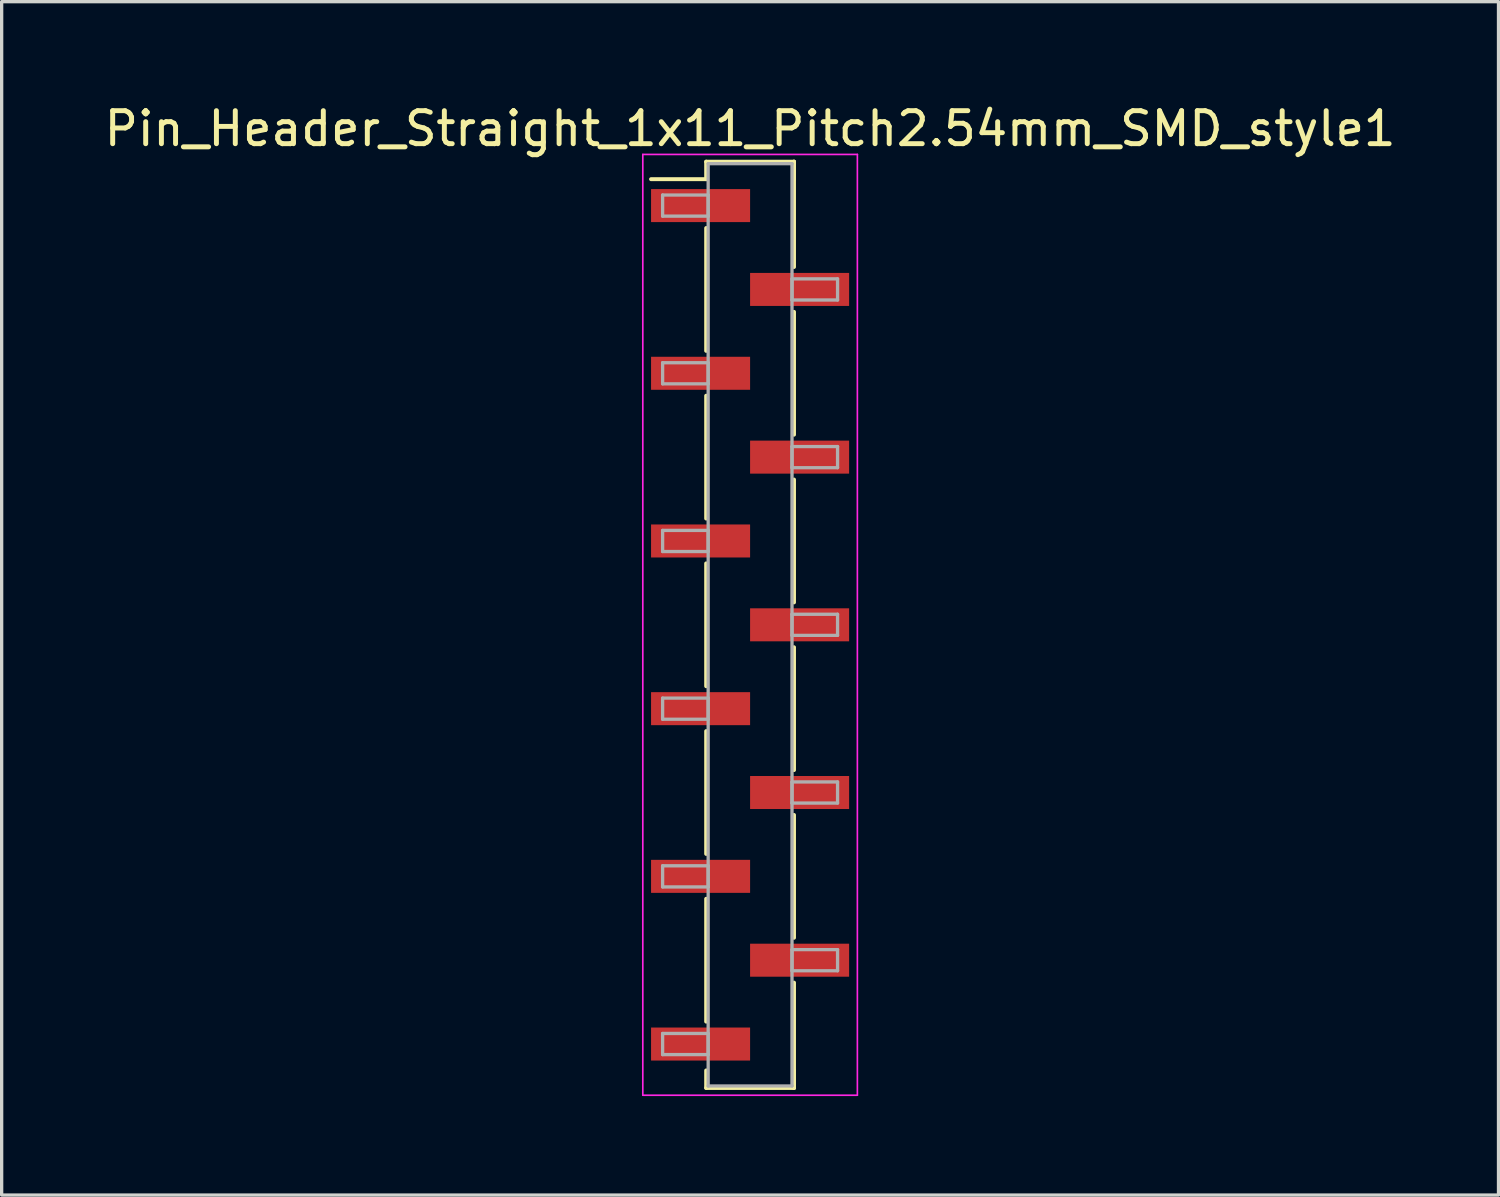
<source format=kicad_pcb>
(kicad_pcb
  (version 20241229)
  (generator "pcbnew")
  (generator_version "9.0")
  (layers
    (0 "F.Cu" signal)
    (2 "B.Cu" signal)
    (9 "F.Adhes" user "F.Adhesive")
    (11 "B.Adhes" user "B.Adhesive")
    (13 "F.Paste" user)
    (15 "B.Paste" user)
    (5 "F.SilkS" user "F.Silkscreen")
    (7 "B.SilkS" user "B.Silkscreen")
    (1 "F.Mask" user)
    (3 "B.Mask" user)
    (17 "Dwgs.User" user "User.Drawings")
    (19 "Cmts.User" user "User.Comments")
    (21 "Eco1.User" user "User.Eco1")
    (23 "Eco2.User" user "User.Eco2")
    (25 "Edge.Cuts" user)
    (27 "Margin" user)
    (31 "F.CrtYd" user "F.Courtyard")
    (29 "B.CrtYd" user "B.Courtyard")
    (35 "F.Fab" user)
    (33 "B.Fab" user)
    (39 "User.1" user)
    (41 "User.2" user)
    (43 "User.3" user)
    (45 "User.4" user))
  (footprint "Pin_Header_Straight_1x11_Pitch2.54mm_SMD_style1"
    (layer "F.Cu")
    (at 19.673 15.878)
    (property "Reference" "Pin_Header_Straight_1x11_Pitch2.54mm_SMD_style1" (at 0 -15.03 0) (layer "F.SilkS") (effects (font (size 1 1) (thickness 0.15))))
    (attr smd)
    (fp_line (start -1.33 -14.03) (end 1.33 -14.03) (stroke (width 0.12) (type solid)) (layer "F.SilkS"))
    (fp_line (start -1.33 -13.5) (end -3 -13.5) (stroke (width 0.12) (type solid)) (layer "F.SilkS"))
    (fp_line (start -1.33 -13.5) (end -1.33 -14.03) (stroke (width 0.12) (type solid)) (layer "F.SilkS"))
    (fp_line (start -1.33 -12.02) (end -1.33 -8.3) (stroke (width 0.12) (type solid)) (layer "F.SilkS"))
    (fp_line (start -1.33 -6.94) (end -1.33 -3.22) (stroke (width 0.12) (type solid)) (layer "F.SilkS"))
    (fp_line (start -1.33 -1.86) (end -1.33 1.86) (stroke (width 0.12) (type solid)) (layer "F.SilkS"))
    (fp_line (start -1.33 3.22) (end -1.33 6.94) (stroke (width 0.12) (type solid)) (layer "F.SilkS"))
    (fp_line (start -1.33 8.3) (end -1.33 12.02) (stroke (width 0.12) (type solid)) (layer "F.SilkS"))
    (fp_line (start -1.33 13.5) (end -1.33 14.03) (stroke (width 0.12) (type solid)) (layer "F.SilkS"))
    (fp_line (start -1.33 14.03) (end 1.33 14.03) (stroke (width 0.12) (type solid)) (layer "F.SilkS"))
    (fp_line (start 1.33 -14.03) (end 1.33 -13.5) (stroke (width 0.12) (type solid)) (layer "F.SilkS"))
    (fp_line (start 1.33 -14.03) (end 1.33 -10.84) (stroke (width 0.12) (type solid)) (layer "F.SilkS"))
    (fp_line (start 1.33 -9.48) (end 1.33 -5.76) (stroke (width 0.12) (type solid)) (layer "F.SilkS"))
    (fp_line (start 1.33 -4.4) (end 1.33 -0.68) (stroke (width 0.12) (type solid)) (layer "F.SilkS"))
    (fp_line (start 1.33 0.68) (end 1.33 4.4) (stroke (width 0.12) (type solid)) (layer "F.SilkS"))
    (fp_line (start 1.33 5.76) (end 1.33 9.48) (stroke (width 0.12) (type solid)) (layer "F.SilkS"))
    (fp_line (start 1.33 10.84) (end 1.33 14.03) (stroke (width 0.12) (type solid)) (layer "F.SilkS"))
    (fp_line (start 1.33 14.03) (end 1.33 13.5) (stroke (width 0.12) (type solid)) (layer "F.SilkS"))
    (fp_line (start -3.25 -14.25) (end -3.25 14.25) (stroke (width 0.05) (type solid)) (layer "F.CrtYd"))
    (fp_line (start -3.25 14.25) (end 3.25 14.25) (stroke (width 0.05) (type solid)) (layer "F.CrtYd"))
    (fp_line (start 3.25 -14.25) (end -3.25 -14.25) (stroke (width 0.05) (type solid)) (layer "F.CrtYd"))
    (fp_line (start 3.25 14.25) (end 3.25 -14.25) (stroke (width 0.05) (type solid)) (layer "F.CrtYd"))
    (fp_line (start -2.65 -13.02) (end -1.27 -13.02) (stroke (width 0.1) (type solid)) (layer "F.Fab"))
    (fp_line (start -2.65 -12.38) (end -2.65 -13.02) (stroke (width 0.1) (type solid)) (layer "F.Fab"))
    (fp_line (start -2.65 -7.94) (end -1.27 -7.94) (stroke (width 0.1) (type solid)) (layer "F.Fab"))
    (fp_line (start -2.65 -7.3) (end -2.65 -7.94) (stroke (width 0.1) (type solid)) (layer "F.Fab"))
    (fp_line (start -2.65 -2.86) (end -1.27 -2.86) (stroke (width 0.1) (type solid)) (layer "F.Fab"))
    (fp_line (start -2.65 -2.22) (end -2.65 -2.86) (stroke (width 0.1) (type solid)) (layer "F.Fab"))
    (fp_line (start -2.65 2.22) (end -1.27 2.22) (stroke (width 0.1) (type solid)) (layer "F.Fab"))
    (fp_line (start -2.65 2.86) (end -2.65 2.22) (stroke (width 0.1) (type solid)) (layer "F.Fab"))
    (fp_line (start -2.65 7.3) (end -1.27 7.3) (stroke (width 0.1) (type solid)) (layer "F.Fab"))
    (fp_line (start -2.65 7.94) (end -2.65 7.3) (stroke (width 0.1) (type solid)) (layer "F.Fab"))
    (fp_line (start -2.65 12.38) (end -1.27 12.38) (stroke (width 0.1) (type solid)) (layer "F.Fab"))
    (fp_line (start -2.65 13.02) (end -2.65 12.38) (stroke (width 0.1) (type solid)) (layer "F.Fab"))
    (fp_line (start -1.27 -13.97) (end -1.27 13.97) (stroke (width 0.1) (type solid)) (layer "F.Fab"))
    (fp_line (start -1.27 -13.02) (end -1.27 -12.38) (stroke (width 0.1) (type solid)) (layer "F.Fab"))
    (fp_line (start -1.27 -12.38) (end -2.65 -12.38) (stroke (width 0.1) (type solid)) (layer "F.Fab"))
    (fp_line (start -1.27 -7.94) (end -1.27 -7.3) (stroke (width 0.1) (type solid)) (layer "F.Fab"))
    (fp_line (start -1.27 -7.3) (end -2.65 -7.3) (stroke (width 0.1) (type solid)) (layer "F.Fab"))
    (fp_line (start -1.27 -2.86) (end -1.27 -2.22) (stroke (width 0.1) (type solid)) (layer "F.Fab"))
    (fp_line (start -1.27 -2.22) (end -2.65 -2.22) (stroke (width 0.1) (type solid)) (layer "F.Fab"))
    (fp_line (start -1.27 2.22) (end -1.27 2.86) (stroke (width 0.1) (type solid)) (layer "F.Fab"))
    (fp_line (start -1.27 2.86) (end -2.65 2.86) (stroke (width 0.1) (type solid)) (layer "F.Fab"))
    (fp_line (start -1.27 7.3) (end -1.27 7.94) (stroke (width 0.1) (type solid)) (layer "F.Fab"))
    (fp_line (start -1.27 7.94) (end -2.65 7.94) (stroke (width 0.1) (type solid)) (layer "F.Fab"))
    (fp_line (start -1.27 12.38) (end -1.27 13.02) (stroke (width 0.1) (type solid)) (layer "F.Fab"))
    (fp_line (start -1.27 13.02) (end -2.65 13.02) (stroke (width 0.1) (type solid)) (layer "F.Fab"))
    (fp_line (start -1.27 13.97) (end 1.27 13.97) (stroke (width 0.1) (type solid)) (layer "F.Fab"))
    (fp_line (start 1.27 -13.97) (end -1.27 -13.97) (stroke (width 0.1) (type solid)) (layer "F.Fab"))
    (fp_line (start 1.27 -10.48) (end 1.27 -9.84) (stroke (width 0.1) (type solid)) (layer "F.Fab"))
    (fp_line (start 1.27 -9.84) (end 2.65 -9.84) (stroke (width 0.1) (type solid)) (layer "F.Fab"))
    (fp_line (start 1.27 -5.4) (end 1.27 -4.76) (stroke (width 0.1) (type solid)) (layer "F.Fab"))
    (fp_line (start 1.27 -4.76) (end 2.65 -4.76) (stroke (width 0.1) (type solid)) (layer "F.Fab"))
    (fp_line (start 1.27 -0.32) (end 1.27 0.32) (stroke (width 0.1) (type solid)) (layer "F.Fab"))
    (fp_line (start 1.27 0.32) (end 2.65 0.32) (stroke (width 0.1) (type solid)) (layer "F.Fab"))
    (fp_line (start 1.27 4.76) (end 1.27 5.4) (stroke (width 0.1) (type solid)) (layer "F.Fab"))
    (fp_line (start 1.27 5.4) (end 2.65 5.4) (stroke (width 0.1) (type solid)) (layer "F.Fab"))
    (fp_line (start 1.27 9.84) (end 1.27 10.48) (stroke (width 0.1) (type solid)) (layer "F.Fab"))
    (fp_line (start 1.27 10.48) (end 2.65 10.48) (stroke (width 0.1) (type solid)) (layer "F.Fab"))
    (fp_line (start 1.27 13.97) (end 1.27 -13.97) (stroke (width 0.1) (type solid)) (layer "F.Fab"))
    (fp_line (start 2.65 -10.48) (end 1.27 -10.48) (stroke (width 0.1) (type solid)) (layer "F.Fab"))
    (fp_line (start 2.65 -9.84) (end 2.65 -10.48) (stroke (width 0.1) (type solid)) (layer "F.Fab"))
    (fp_line (start 2.65 -5.4) (end 1.27 -5.4) (stroke (width 0.1) (type solid)) (layer "F.Fab"))
    (fp_line (start 2.65 -4.76) (end 2.65 -5.4) (stroke (width 0.1) (type solid)) (layer "F.Fab"))
    (fp_line (start 2.65 -0.32) (end 1.27 -0.32) (stroke (width 0.1) (type solid)) (layer "F.Fab"))
    (fp_line (start 2.65 0.32) (end 2.65 -0.32) (stroke (width 0.1) (type solid)) (layer "F.Fab"))
    (fp_line (start 2.65 4.76) (end 1.27 4.76) (stroke (width 0.1) (type solid)) (layer "F.Fab"))
    (fp_line (start 2.65 5.4) (end 2.65 4.76) (stroke (width 0.1) (type solid)) (layer "F.Fab"))
    (fp_line (start 2.65 9.84) (end 1.27 9.84) (stroke (width 0.1) (type solid)) (layer "F.Fab"))
    (fp_line (start 2.65 10.48) (end 2.65 9.84) (stroke (width 0.1) (type solid)) (layer "F.Fab"))
    (pad "1" smd rect (at -1.5 -12.7) (size 3 1) (layers "F.Cu" "F.Mask"))
    (pad "2" smd rect (at 1.5 -10.16) (size 3 1) (layers "F.Cu" "F.Mask"))
    (pad "3" smd rect (at -1.5 -7.62) (size 3 1) (layers "F.Cu" "F.Mask"))
    (pad "4" smd rect (at 1.5 -5.08) (size 3 1) (layers "F.Cu" "F.Mask"))
    (pad "5" smd rect (at -1.5 -2.54) (size 3 1) (layers "F.Cu" "F.Mask"))
    (pad "6" smd rect (at 1.5 0) (size 3 1) (layers "F.Cu" "F.Mask"))
    (pad "7" smd rect (at -1.5 2.54) (size 3 1) (layers "F.Cu" "F.Mask"))
    (pad "8" smd rect (at 1.5 5.08) (size 3 1) (layers "F.Cu" "F.Mask"))
    (pad "9" smd rect (at -1.5 7.62) (size 3 1) (layers "F.Cu" "F.Mask"))
    (pad "10" smd rect (at 1.5 10.16) (size 3 1) (layers "F.Cu" "F.Mask"))
    (pad "11" smd rect (at -1.5 12.7) (size 3 1) (layers "F.Cu" "F.Mask")))
  (gr_rect
    (start -3 -3)
    (end 42.345 33.153)
    (stroke (width 0.1) (type default))
    (fill no)
    (layer "Edge.Cuts")))
</source>
